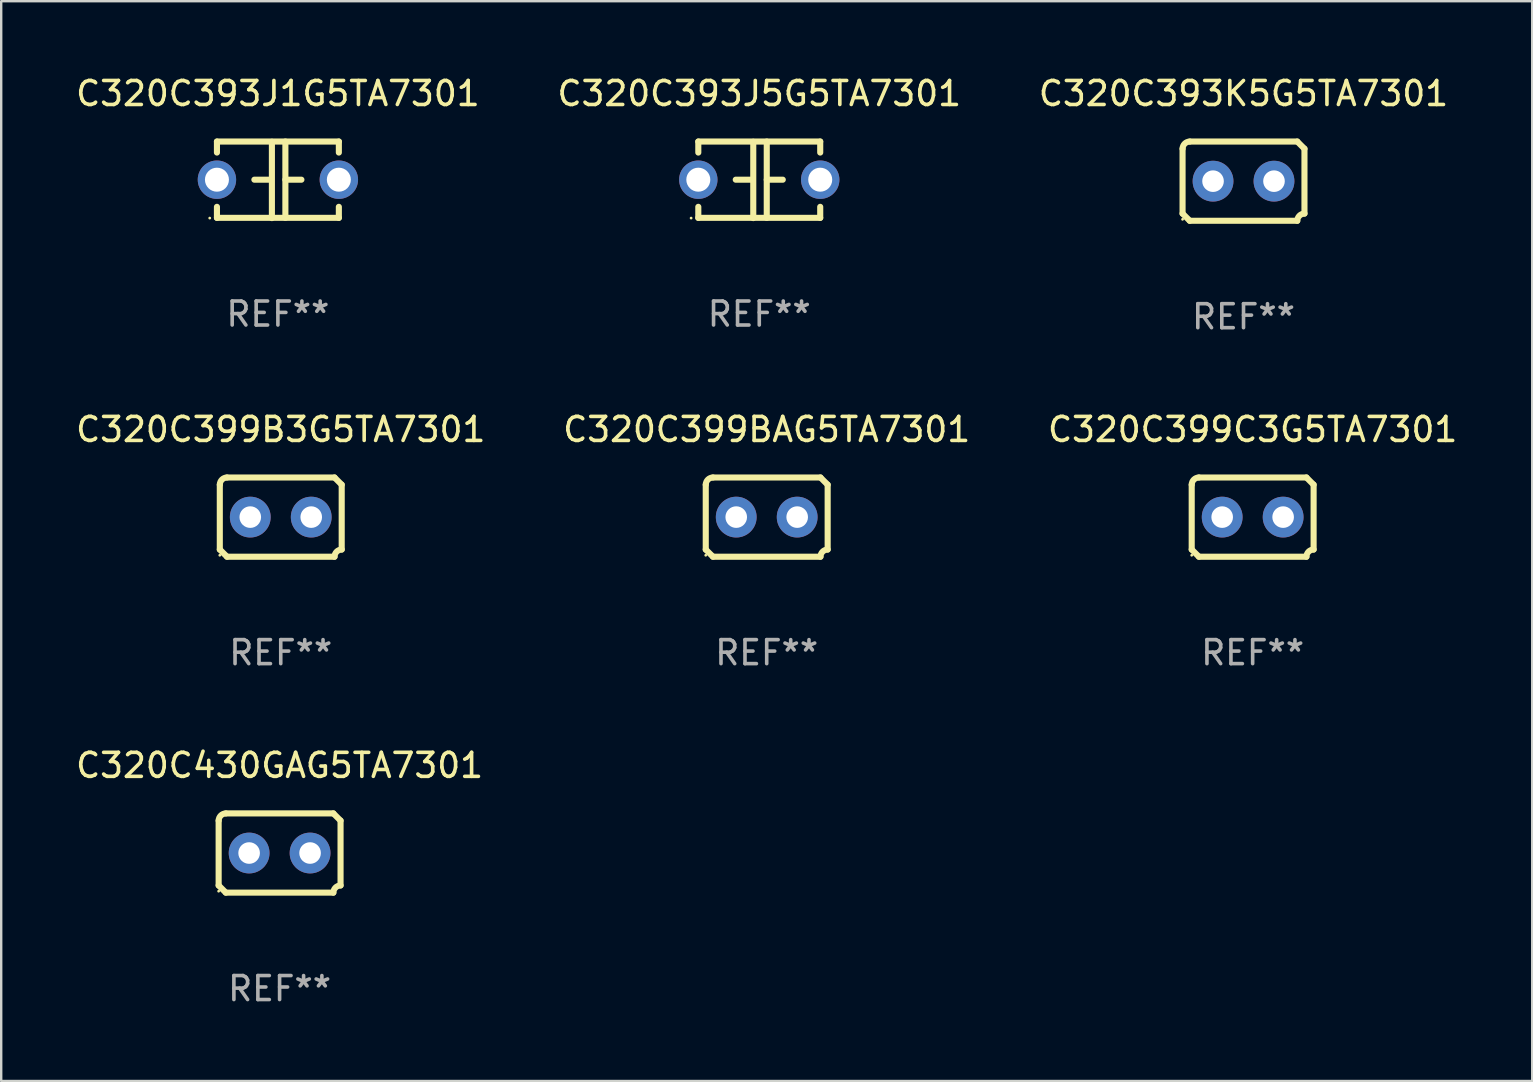
<source format=kicad_pcb>
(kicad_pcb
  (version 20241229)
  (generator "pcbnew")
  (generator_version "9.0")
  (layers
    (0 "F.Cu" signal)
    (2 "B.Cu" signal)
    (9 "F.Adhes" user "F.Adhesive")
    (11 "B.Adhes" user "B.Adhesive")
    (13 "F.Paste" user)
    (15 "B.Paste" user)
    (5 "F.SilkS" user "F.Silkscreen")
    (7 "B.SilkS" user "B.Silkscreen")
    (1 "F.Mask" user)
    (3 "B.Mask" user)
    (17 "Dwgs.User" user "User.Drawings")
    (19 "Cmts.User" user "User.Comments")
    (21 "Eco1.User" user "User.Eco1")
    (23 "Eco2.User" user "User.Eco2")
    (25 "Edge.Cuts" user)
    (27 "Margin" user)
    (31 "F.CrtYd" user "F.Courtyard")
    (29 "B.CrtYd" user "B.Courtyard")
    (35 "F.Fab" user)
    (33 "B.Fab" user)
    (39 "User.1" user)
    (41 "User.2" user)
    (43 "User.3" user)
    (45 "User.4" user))
  (footprint "C320C393J5G5TA7301"
    (layer "F.Cu")
    (at 28.589 4.443)
    (property "Reference" "C320C393J5G5TA7301" (at 0 -3.595 0) (layer "F.SilkS") (effects (font (size 1 1) (thickness 0.15))))
    (attr through_hole)
    (fp_line (start -2.54 -1.595) (end -2.54 -1.136) (stroke (width 0.254) (type solid)) (layer "F.SilkS"))
    (fp_line (start -2.54 -1.595) (end 2.54 -1.595) (stroke (width 0.254) (type solid)) (layer "F.SilkS"))
    (fp_line (start -2.54 1.126) (end -2.54 1.585) (stroke (width 0.254) (type solid)) (layer "F.SilkS"))
    (fp_line (start -0.312 -0.005) (end -0.98 -0.005) (stroke (width 0.254) (type solid)) (layer "F.SilkS"))
    (fp_line (start -0.25 -1.585) (end -0.25 1.595) (stroke (width 0.254) (type solid)) (layer "F.SilkS"))
    (fp_line (start 0.312 -1.595) (end 0.312 1.585) (stroke (width 0.254) (type solid)) (layer "F.SilkS"))
    (fp_line (start 0.312 -0.005) (end 0.98 -0.005) (stroke (width 0.254) (type solid)) (layer "F.SilkS"))
    (fp_line (start 2.54 -1.595) (end 2.54 -1.136) (stroke (width 0.254) (type solid)) (layer "F.SilkS"))
    (fp_line (start 2.54 1.126) (end 2.54 1.585) (stroke (width 0.254) (type solid)) (layer "F.SilkS"))
    (fp_line (start 2.54 1.585) (end -2.54 1.585) (stroke (width 0.254) (type solid)) (layer "F.SilkS"))
    (fp_circle (center -2.84 1.595) (end -2.81 1.595) (stroke (width 0.06) (type solid)) (fill no) (layer "F.SilkS"))
    (fp_text user "REF**" (at 0 5.595 0) (layer "F.Fab") (effects (font (size 1 1) (thickness 0.15))))
    (pad "1" thru_hole circle (at -2.54 -0.005) (size 1.6 1.6) (drill 1) (layers "*.Cu" "*.Mask"))
    (pad "2" thru_hole circle (at 2.54 -0.005) (size 1.6 1.6) (drill 1) (layers "*.Cu" "*.Mask")))
  (footprint "C320C399B3G5TA7301"
    (layer "F.Cu")
    (at 8.649 18.498)
    (property "Reference" "C320C399B3G5TA7301" (at 0 -3.651 0) (layer "F.SilkS") (effects (font (size 1 1) (thickness 0.15))))
    (attr through_hole)
    (fp_line (start -2.54 -1.351) (end -2.54 1.351) (stroke (width 0.254) (type solid)) (layer "F.SilkS"))
    (fp_line (start -2.24 -1.651) (end 2.24 -1.651) (stroke (width 0.254) (type solid)) (layer "F.SilkS"))
    (fp_line (start 2.24 1.651) (end -2.24 1.651) (stroke (width 0.254) (type solid)) (layer "F.SilkS"))
    (fp_line (start 2.54 1.351) (end 2.54 -1.351) (stroke (width 0.254) (type solid)) (layer "F.SilkS"))
    (fp_arc (start -2.540005 -1.351283) (mid -2.450115 -1.561309) (end -2.240005 -1.651003) (stroke (width 0.254001) (type solid)) (layer "F.SilkS"))
    (fp_arc (start -2.240287 1.651001) (mid -2.390163 1.501019) (end -2.540005 1.351003) (stroke (width 0.254001) (type solid)) (layer "F.SilkS"))
    (fp_arc (start 2.240005 1.651003) (mid 2.329934 1.441015) (end 2.540005 1.351282) (stroke (width 0.254001) (type solid)) (layer "F.SilkS"))
    (fp_arc (start 2.540005 -1.351003) (mid 2.389393 -1.500252) (end 2.240284 -1.651003) (stroke (width 0.254001) (type solid)) (layer "F.SilkS"))
    (fp_circle (center -2.54 1.59) (end -2.51 1.59) (stroke (width 0.06) (type solid)) (fill no) (layer "F.SilkS"))
    (fp_text user "REF**" (at 0 5.651 0) (layer "F.Fab") (effects (font (size 1 1) (thickness 0.15))))
    (pad "1" thru_hole circle (at -1.27 0) (size 1.7 1.7) (drill 0.9) (layers "*.Cu" "*.Mask"))
    (pad "2" thru_hole circle (at 1.27 0) (size 1.7 1.7) (drill 0.9) (layers "*.Cu" "*.Mask")))
  (footprint "C320C393K5G5TA7301"
    (layer "F.Cu")
    (at 48.768 4.499)
    (property "Reference" "C320C393K5G5TA7301" (at 0 -3.651 0) (layer "F.SilkS") (effects (font (size 1 1) (thickness 0.15))))
    (attr through_hole)
    (fp_line (start -2.54 -1.351) (end -2.54 1.351) (stroke (width 0.254) (type solid)) (layer "F.SilkS"))
    (fp_line (start -2.24 -1.651) (end 2.24 -1.651) (stroke (width 0.254) (type solid)) (layer "F.SilkS"))
    (fp_line (start 2.24 1.651) (end -2.24 1.651) (stroke (width 0.254) (type solid)) (layer "F.SilkS"))
    (fp_line (start 2.54 1.351) (end 2.54 -1.351) (stroke (width 0.254) (type solid)) (layer "F.SilkS"))
    (fp_arc (start -2.540005 -1.351283) (mid -2.450115 -1.561309) (end -2.240005 -1.651003) (stroke (width 0.254001) (type solid)) (layer "F.SilkS"))
    (fp_arc (start -2.240287 1.651001) (mid -2.390163 1.501019) (end -2.540005 1.351003) (stroke (width 0.254001) (type solid)) (layer "F.SilkS"))
    (fp_arc (start 2.240005 1.651003) (mid 2.329934 1.441015) (end 2.540005 1.351282) (stroke (width 0.254001) (type solid)) (layer "F.SilkS"))
    (fp_arc (start 2.540005 -1.351003) (mid 2.389393 -1.500252) (end 2.240284 -1.651003) (stroke (width 0.254001) (type solid)) (layer "F.SilkS"))
    (fp_circle (center -2.54 1.59) (end -2.51 1.59) (stroke (width 0.06) (type solid)) (fill no) (layer "F.SilkS"))
    (fp_text user "REF**" (at 0 5.651 0) (layer "F.Fab") (effects (font (size 1 1) (thickness 0.15))))
    (pad "1" thru_hole circle (at -1.27 0) (size 1.7 1.7) (drill 0.9) (layers "*.Cu" "*.Mask"))
    (pad "2" thru_hole circle (at 1.27 0) (size 1.7 1.7) (drill 0.9) (layers "*.Cu" "*.Mask")))
  (footprint "C320C393J1G5TA7301"
    (layer "F.Cu")
    (at 8.53 4.443)
    (property "Reference" "C320C393J1G5TA7301" (at 0 -3.595 0) (layer "F.SilkS") (effects (font (size 1 1) (thickness 0.15))))
    (attr through_hole)
    (fp_line (start -2.54 -1.595) (end -2.54 -1.136) (stroke (width 0.254) (type solid)) (layer "F.SilkS"))
    (fp_line (start -2.54 -1.595) (end 2.54 -1.595) (stroke (width 0.254) (type solid)) (layer "F.SilkS"))
    (fp_line (start -2.54 1.126) (end -2.54 1.585) (stroke (width 0.254) (type solid)) (layer "F.SilkS"))
    (fp_line (start -0.312 -0.005) (end -0.98 -0.005) (stroke (width 0.254) (type solid)) (layer "F.SilkS"))
    (fp_line (start -0.25 -1.585) (end -0.25 1.595) (stroke (width 0.254) (type solid)) (layer "F.SilkS"))
    (fp_line (start 0.312 -1.595) (end 0.312 1.585) (stroke (width 0.254) (type solid)) (layer "F.SilkS"))
    (fp_line (start 0.312 -0.005) (end 0.98 -0.005) (stroke (width 0.254) (type solid)) (layer "F.SilkS"))
    (fp_line (start 2.54 -1.595) (end 2.54 -1.136) (stroke (width 0.254) (type solid)) (layer "F.SilkS"))
    (fp_line (start 2.54 1.126) (end 2.54 1.585) (stroke (width 0.254) (type solid)) (layer "F.SilkS"))
    (fp_line (start 2.54 1.585) (end -2.54 1.585) (stroke (width 0.254) (type solid)) (layer "F.SilkS"))
    (fp_circle (center -2.84 1.595) (end -2.81 1.595) (stroke (width 0.06) (type solid)) (fill no) (layer "F.SilkS"))
    (fp_text user "REF**" (at 0 5.595 0) (layer "F.Fab") (effects (font (size 1 1) (thickness 0.15))))
    (pad "1" thru_hole circle (at -2.54 -0.005) (size 1.6 1.6) (drill 1) (layers "*.Cu" "*.Mask"))
    (pad "2" thru_hole circle (at 2.54 -0.005) (size 1.6 1.6) (drill 1) (layers "*.Cu" "*.Mask")))
  (footprint "C320C430GAG5TA7301"
    (layer "F.Cu")
    (at 8.601 32.496)
    (property "Reference" "C320C430GAG5TA7301" (at 0 -3.651 0) (layer "F.SilkS") (effects (font (size 1 1) (thickness 0.15))))
    (attr through_hole)
    (fp_line (start -2.54 -1.351) (end -2.54 1.351) (stroke (width 0.254) (type solid)) (layer "F.SilkS"))
    (fp_line (start -2.24 -1.651) (end 2.24 -1.651) (stroke (width 0.254) (type solid)) (layer "F.SilkS"))
    (fp_line (start 2.24 1.651) (end -2.24 1.651) (stroke (width 0.254) (type solid)) (layer "F.SilkS"))
    (fp_line (start 2.54 1.351) (end 2.54 -1.351) (stroke (width 0.254) (type solid)) (layer "F.SilkS"))
    (fp_arc (start -2.540005 -1.351283) (mid -2.450115 -1.561309) (end -2.240005 -1.651003) (stroke (width 0.254001) (type solid)) (layer "F.SilkS"))
    (fp_arc (start -2.240287 1.651001) (mid -2.390163 1.501019) (end -2.540005 1.351003) (stroke (width 0.254001) (type solid)) (layer "F.SilkS"))
    (fp_arc (start 2.240005 1.651003) (mid 2.329934 1.441015) (end 2.540005 1.351282) (stroke (width 0.254001) (type solid)) (layer "F.SilkS"))
    (fp_arc (start 2.540005 -1.351003) (mid 2.389393 -1.500252) (end 2.240284 -1.651003) (stroke (width 0.254001) (type solid)) (layer "F.SilkS"))
    (fp_circle (center -2.54 1.59) (end -2.51 1.59) (stroke (width 0.06) (type solid)) (fill no) (layer "F.SilkS"))
    (fp_text user "REF**" (at 0 5.651 0) (layer "F.Fab") (effects (font (size 1 1) (thickness 0.15))))
    (pad "1" thru_hole circle (at -1.27 0) (size 1.7 1.7) (drill 0.9) (layers "*.Cu" "*.Mask"))
    (pad "2" thru_hole circle (at 1.27 0) (size 1.7 1.7) (drill 0.9) (layers "*.Cu" "*.Mask")))
  (footprint "C320C399C3G5TA7301"
    (layer "F.Cu")
    (at 49.149 18.498)
    (property "Reference" "C320C399C3G5TA7301" (at 0 -3.651 0) (layer "F.SilkS") (effects (font (size 1 1) (thickness 0.15))))
    (attr through_hole)
    (fp_line (start -2.54 -1.351) (end -2.54 1.351) (stroke (width 0.254) (type solid)) (layer "F.SilkS"))
    (fp_line (start -2.24 -1.651) (end 2.24 -1.651) (stroke (width 0.254) (type solid)) (layer "F.SilkS"))
    (fp_line (start 2.24 1.651) (end -2.24 1.651) (stroke (width 0.254) (type solid)) (layer "F.SilkS"))
    (fp_line (start 2.54 1.351) (end 2.54 -1.351) (stroke (width 0.254) (type solid)) (layer "F.SilkS"))
    (fp_arc (start -2.540005 -1.351283) (mid -2.450115 -1.561309) (end -2.240005 -1.651003) (stroke (width 0.254001) (type solid)) (layer "F.SilkS"))
    (fp_arc (start -2.240287 1.651001) (mid -2.390163 1.501019) (end -2.540005 1.351003) (stroke (width 0.254001) (type solid)) (layer "F.SilkS"))
    (fp_arc (start 2.240005 1.651003) (mid 2.329934 1.441015) (end 2.540005 1.351282) (stroke (width 0.254001) (type solid)) (layer "F.SilkS"))
    (fp_arc (start 2.540005 -1.351003) (mid 2.389393 -1.500252) (end 2.240284 -1.651003) (stroke (width 0.254001) (type solid)) (layer "F.SilkS"))
    (fp_circle (center -2.54 1.59) (end -2.51 1.59) (stroke (width 0.06) (type solid)) (fill no) (layer "F.SilkS"))
    (fp_text user "REF**" (at 0 5.651 0) (layer "F.Fab") (effects (font (size 1 1) (thickness 0.15))))
    (pad "1" thru_hole circle (at -1.27 0) (size 1.7 1.7) (drill 0.9) (layers "*.Cu" "*.Mask"))
    (pad "2" thru_hole circle (at 1.27 0) (size 1.7 1.7) (drill 0.9) (layers "*.Cu" "*.Mask")))
  (footprint "C320C399BAG5TA7301"
    (layer "F.Cu")
    (at 28.899 18.498)
    (property "Reference" "C320C399BAG5TA7301" (at 0 -3.651 0) (layer "F.SilkS") (effects (font (size 1 1) (thickness 0.15))))
    (attr through_hole)
    (fp_line (start -2.54 -1.351) (end -2.54 1.351) (stroke (width 0.254) (type solid)) (layer "F.SilkS"))
    (fp_line (start -2.24 -1.651) (end 2.24 -1.651) (stroke (width 0.254) (type solid)) (layer "F.SilkS"))
    (fp_line (start 2.24 1.651) (end -2.24 1.651) (stroke (width 0.254) (type solid)) (layer "F.SilkS"))
    (fp_line (start 2.54 1.351) (end 2.54 -1.351) (stroke (width 0.254) (type solid)) (layer "F.SilkS"))
    (fp_arc (start -2.540005 -1.351283) (mid -2.450115 -1.561309) (end -2.240005 -1.651003) (stroke (width 0.254001) (type solid)) (layer "F.SilkS"))
    (fp_arc (start -2.240287 1.651001) (mid -2.390163 1.501019) (end -2.540005 1.351003) (stroke (width 0.254001) (type solid)) (layer "F.SilkS"))
    (fp_arc (start 2.240005 1.651003) (mid 2.329934 1.441015) (end 2.540005 1.351282) (stroke (width 0.254001) (type solid)) (layer "F.SilkS"))
    (fp_arc (start 2.540005 -1.351003) (mid 2.389393 -1.500252) (end 2.240284 -1.651003) (stroke (width 0.254001) (type solid)) (layer "F.SilkS"))
    (fp_circle (center -2.54 1.59) (end -2.51 1.59) (stroke (width 0.06) (type solid)) (fill no) (layer "F.SilkS"))
    (fp_text user "REF**" (at 0 5.651 0) (layer "F.Fab") (effects (font (size 1 1) (thickness 0.15))))
    (pad "1" thru_hole circle (at -1.27 0) (size 1.7 1.7) (drill 0.9) (layers "*.Cu" "*.Mask"))
    (pad "2" thru_hole circle (at 1.27 0) (size 1.7 1.7) (drill 0.9) (layers "*.Cu" "*.Mask")))
  (gr_rect
    (start -3 -3)
    (end 60.798 41.996)
    (stroke (width 0.1) (type default))
    (fill no)
    (layer "Edge.Cuts")))
</source>
